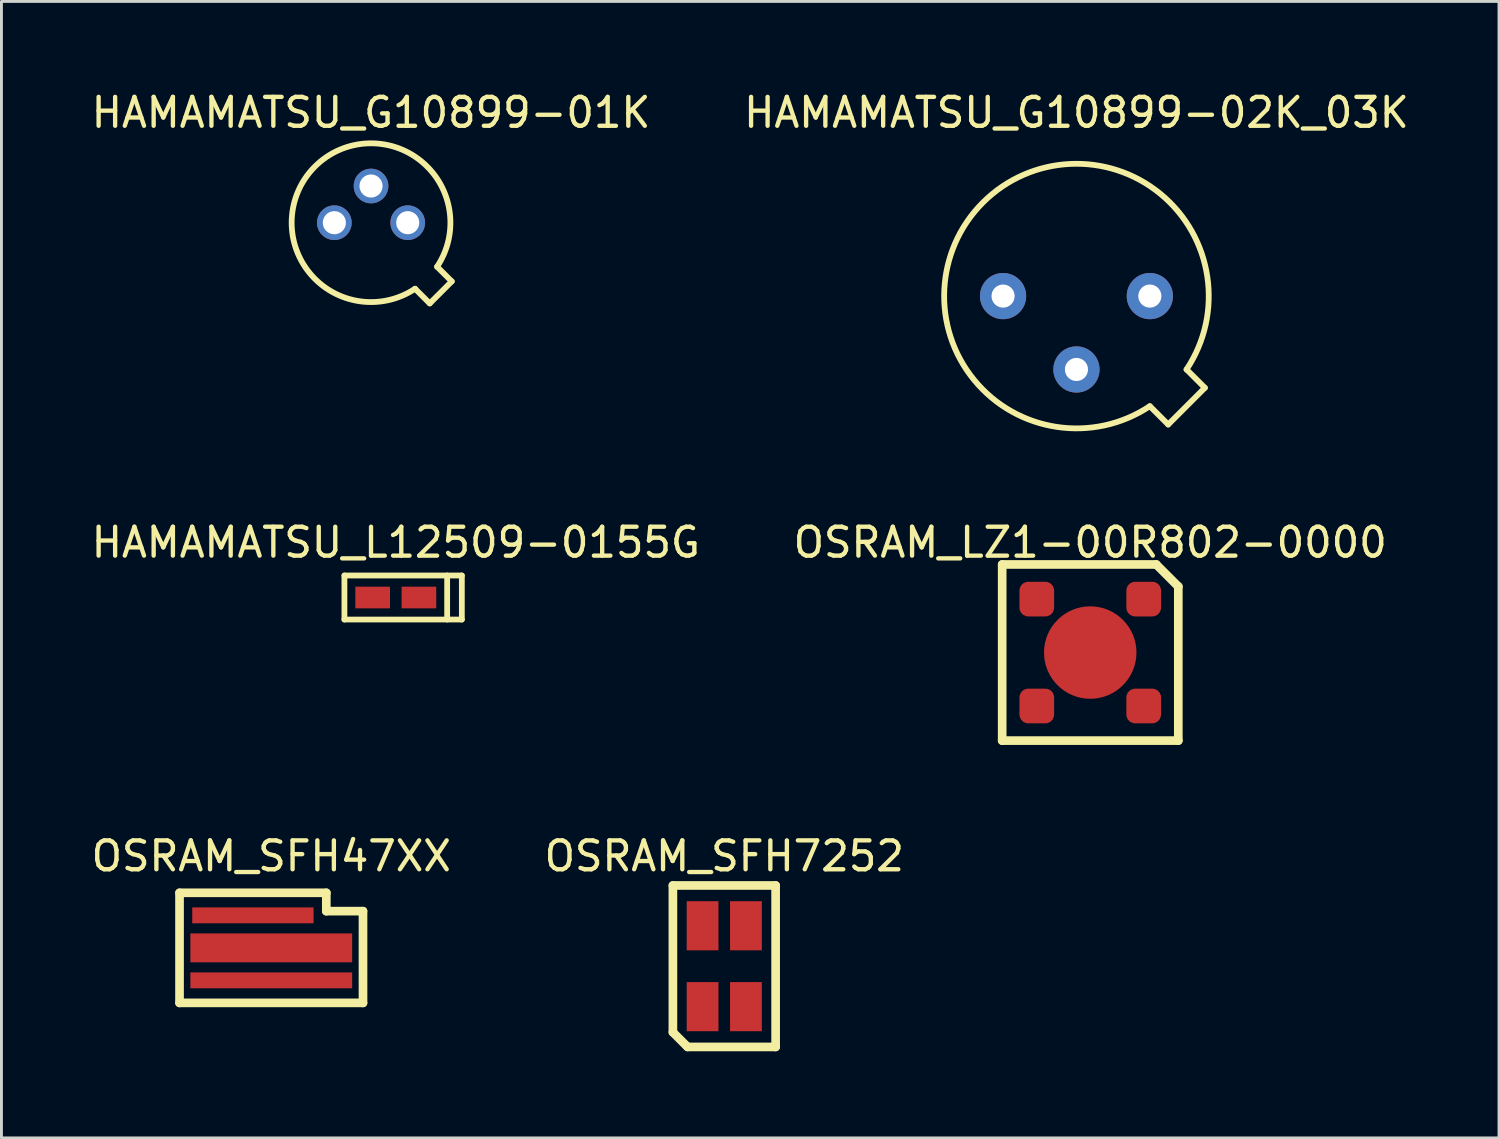
<source format=kicad_pcb>
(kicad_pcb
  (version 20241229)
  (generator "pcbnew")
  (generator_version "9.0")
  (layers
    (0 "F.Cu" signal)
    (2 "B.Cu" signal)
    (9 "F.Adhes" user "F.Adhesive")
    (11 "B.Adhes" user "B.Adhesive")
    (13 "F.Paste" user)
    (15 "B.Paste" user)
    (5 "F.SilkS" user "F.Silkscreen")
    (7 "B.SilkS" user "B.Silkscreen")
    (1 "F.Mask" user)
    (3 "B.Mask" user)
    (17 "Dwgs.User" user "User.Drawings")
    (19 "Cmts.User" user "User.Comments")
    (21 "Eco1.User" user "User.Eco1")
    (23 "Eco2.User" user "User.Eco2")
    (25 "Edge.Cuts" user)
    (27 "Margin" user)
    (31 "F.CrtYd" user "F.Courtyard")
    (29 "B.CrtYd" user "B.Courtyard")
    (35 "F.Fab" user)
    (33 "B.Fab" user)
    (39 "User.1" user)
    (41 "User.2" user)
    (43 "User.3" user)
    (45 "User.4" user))
  (footprint "HAMAMATSU_G10899-01K"
    (layer "F.Cu")
    (at 9.792 4.658)
    (property "Reference" "HAMAMATSU_G10899-01K" (at 0 -3.81 0) (layer "F.SilkS") (effects (font (size 1 1) (thickness 0.15))))
    (attr through_hole)
    (fp_line (start 1.524 2.286) (end 2.032 2.794) (stroke (width 0.2) (type solid)) (layer "F.SilkS"))
    (fp_line (start 2.032 2.794) (end 2.794 2.032) (stroke (width 0.2) (type solid)) (layer "F.SilkS"))
    (fp_line (start 2.794 2.032) (end 2.286 1.524) (stroke (width 0.2) (type solid)) (layer "F.SilkS"))
    (fp_arc (start 1.523999 2.285999) (mid -1.942388 -1.943062) (end 2.28547 1.524792) (stroke (width 0.2) (type solid)) (layer "F.SilkS"))
    (pad "1" thru_hole circle (at 1.27 0 180) (size 1.2 1.2) (drill 0.8) (layers "*.Cu" "*.Mask"))
    (pad "2" thru_hole circle (at 0 -1.27 180) (size 1.2 1.2) (drill 0.8) (layers "*.Cu" "*.Mask"))
    (pad "3" thru_hole circle (at -1.27 0 180) (size 1.2 1.2) (drill 0.8) (layers "*.Cu" "*.Mask")))
  (footprint "HAMAMATSU_L12509-0155G"
    (layer "F.Cu")
    (at 10.649 17.631)
    (property "Reference" "HAMAMATSU_L12509-0155G" (at 0 -1.905 0) (layer "F.SilkS") (effects (font (size 1 1) (thickness 0.15))))
    (attr through_hole)
    (fp_line (start -1.778 0.762) (end -1.778 -0.762) (stroke (width 0.2) (type solid)) (layer "F.SilkS"))
    (fp_line (start -1.778 0.762) (end 2.286 0.762) (stroke (width 0.2) (type solid)) (layer "F.SilkS"))
    (fp_line (start 1.778 -0.762) (end 1.778 0.762) (stroke (width 0.2) (type solid)) (layer "F.SilkS"))
    (fp_line (start 2.286 -0.762) (end -1.778 -0.762) (stroke (width 0.2) (type solid)) (layer "F.SilkS"))
    (fp_line (start 2.286 -0.762) (end 2.286 0.762) (stroke (width 0.2) (type solid)) (layer "F.SilkS"))
    (pad "1" smd trapezoid (at 0.8 0) (size 1.2 0.75) (layers "F.Cu" "F.Mask" "F.Paste"))
    (pad "2" smd trapezoid (at -0.8 0) (size 1.2 0.75) (layers "F.Cu" "F.Mask" "F.Paste")))
  (footprint "OSRAM_SFH47XX"
    (layer "F.Cu")
    (at 6.339 29.757)
    (property "Reference" "OSRAM_SFH47XX" (at 0 -3.175 0) (layer "F.SilkS") (effects (font (size 1 1) (thickness 0.15))))
    (attr through_hole)
    (fp_line (start -3.175 -1.905) (end 1.905 -1.905) (stroke (width 0.3) (type solid)) (layer "F.SilkS"))
    (fp_line (start -3.175 1.905) (end -3.175 -1.905) (stroke (width 0.3) (type solid)) (layer "F.SilkS"))
    (fp_line (start 1.905 -1.905) (end 1.905 -1.27) (stroke (width 0.3) (type solid)) (layer "F.SilkS"))
    (fp_line (start 1.905 -1.27) (end 3.175 -1.27) (stroke (width 0.3) (type solid)) (layer "F.SilkS"))
    (fp_line (start 3.175 -1.27) (end 3.175 1.905) (stroke (width 0.3) (type solid)) (layer "F.SilkS"))
    (fp_line (start 3.175 1.905) (end -3.175 1.905) (stroke (width 0.3) (type solid)) (layer "F.SilkS"))
    (pad "1" smd trapezoid (at 0 0) (size 5.6 1) (layers "F.Cu" "F.Mask" "F.Paste"))
    (pad "1" smd trapezoid (at 0 1.125) (size 5.6 0.55) (layers "F.Cu" "F.Mask" "F.Paste"))
    (pad "2" smd trapezoid (at -0.635 -1.125) (size 4.2 0.55) (layers "F.Cu" "F.Mask" "F.Paste")))
  (footprint "OSRAM_SFH7252"
    (layer "F.Cu")
    (at 22.018 30.392)
    (property "Reference" "OSRAM_SFH7252" (at 0 -3.81 0) (layer "F.SilkS") (effects (font (size 1 1) (thickness 0.15))))
    (attr through_hole)
    (fp_line (start -1.778 -2.794) (end 1.778 -2.794) (stroke (width 0.3) (type solid)) (layer "F.SilkS"))
    (fp_line (start -1.778 2.286) (end -1.778 -2.794) (stroke (width 0.3) (type solid)) (layer "F.SilkS"))
    (fp_line (start -1.778 2.286) (end -1.27 2.794) (stroke (width 0.3) (type solid)) (layer "F.SilkS"))
    (fp_line (start 1.778 -2.794) (end 1.778 2.794) (stroke (width 0.3) (type solid)) (layer "F.SilkS"))
    (fp_line (start 1.778 2.794) (end -1.27 2.794) (stroke (width 0.3) (type solid)) (layer "F.SilkS"))
    (pad "1" smd trapezoid (at -0.75 1.4) (size 1.1 1.7) (layers "F.Cu" "F.Mask" "F.Paste"))
    (pad "2" smd trapezoid (at -0.75 -1.4) (size 1.1 1.7) (layers "F.Cu" "F.Mask" "F.Paste"))
    (pad "3" smd trapezoid (at 0.75 -1.4) (size 1.1 1.7) (layers "F.Cu" "F.Mask" "F.Paste"))
    (pad "4" smd trapezoid (at 0.75 1.4) (size 1.1 1.7) (layers "F.Cu" "F.Mask" "F.Paste")))
  (footprint "HAMAMATSU_G10899-02K_03K"
    (layer "F.Cu")
    (at 34.208 7.198)
    (property "Reference" "HAMAMATSU_G10899-02K_03K" (at 0 -6.35 0) (layer "F.SilkS") (effects (font (size 1 1) (thickness 0.15))))
    (attr through_hole)
    (fp_line (start 2.54 3.81) (end 3.175 4.445) (stroke (width 0.2) (type solid)) (layer "F.SilkS"))
    (fp_line (start 3.175 4.445) (end 4.445 3.175) (stroke (width 0.2) (type solid)) (layer "F.SilkS"))
    (fp_line (start 4.445 3.175) (end 3.81 2.54) (stroke (width 0.2) (type solid)) (layer "F.SilkS"))
    (fp_arc (start 2.539999 3.809999) (mid -3.237315 -3.238438) (end 3.809118 2.54132) (stroke (width 0.2) (type solid)) (layer "F.SilkS"))
    (pad "1" thru_hole circle (at 2.54 0 180) (size 1.6 1.6) (drill 0.8) (layers "*.Cu" "*.Mask"))
    (pad "2" thru_hole circle (at -2.54 0 180) (size 1.6 1.6) (drill 0.8) (layers "*.Cu" "*.Mask"))
    (pad "3" thru_hole circle (at 0 2.54 180) (size 1.6 1.6) (drill 0.8) (layers "*.Cu" "*.Mask")))
  (footprint "OSRAM_LZ1-00R802-0000"
    (layer "F.Cu")
    (at 34.685 19.536)
    (property "Reference" "OSRAM_LZ1-00R802-0000" (at 0 -3.81 0) (layer "F.SilkS") (effects (font (size 1 1) (thickness 0.15))))
    (attr through_hole)
    (fp_line (start -3.048 -3.048) (end 2.286 -3.048) (stroke (width 0.3) (type solid)) (layer "F.SilkS"))
    (fp_line (start -3.048 3.048) (end -3.048 -3.048) (stroke (width 0.3) (type solid)) (layer "F.SilkS"))
    (fp_line (start 3.048 -2.286) (end 2.286 -3.048) (stroke (width 0.3) (type solid)) (layer "F.SilkS"))
    (fp_line (start 3.048 -2.286) (end 3.048 3.048) (stroke (width 0.3) (type solid)) (layer "F.SilkS"))
    (fp_line (start 3.048 3.048) (end -3.048 3.048) (stroke (width 0.3) (type solid)) (layer "F.SilkS"))
    (pad "1" smd roundrect (at -1.85 -1.85) (size 1.2 1.2) (layers "F.Cu" "F.Mask" "F.Paste") (roundrect_rratio 0.25))
    (pad "2" smd roundrect (at 1.85 -1.85) (size 1.2 1.2) (layers "F.Cu" "F.Mask" "F.Paste") (roundrect_rratio 0.25))
    (pad "3" smd roundrect (at 1.85 1.85) (size 1.2 1.2) (layers "F.Cu" "F.Mask" "F.Paste") (roundrect_rratio 0.25))
    (pad "4" smd roundrect (at -1.85 1.85) (size 1.2 1.2) (layers "F.Cu" "F.Mask" "F.Paste") (roundrect_rratio 0.25))
    (pad "5" smd circle (at 0 0) (size 3.2 3.2) (layers "F.Cu" "F.Mask" "F.Paste")))
  (gr_rect
    (start -3 -3)
    (end 48.833 36.336)
    (stroke (width 0.1) (type default))
    (fill no)
    (layer "Edge.Cuts")))
</source>
